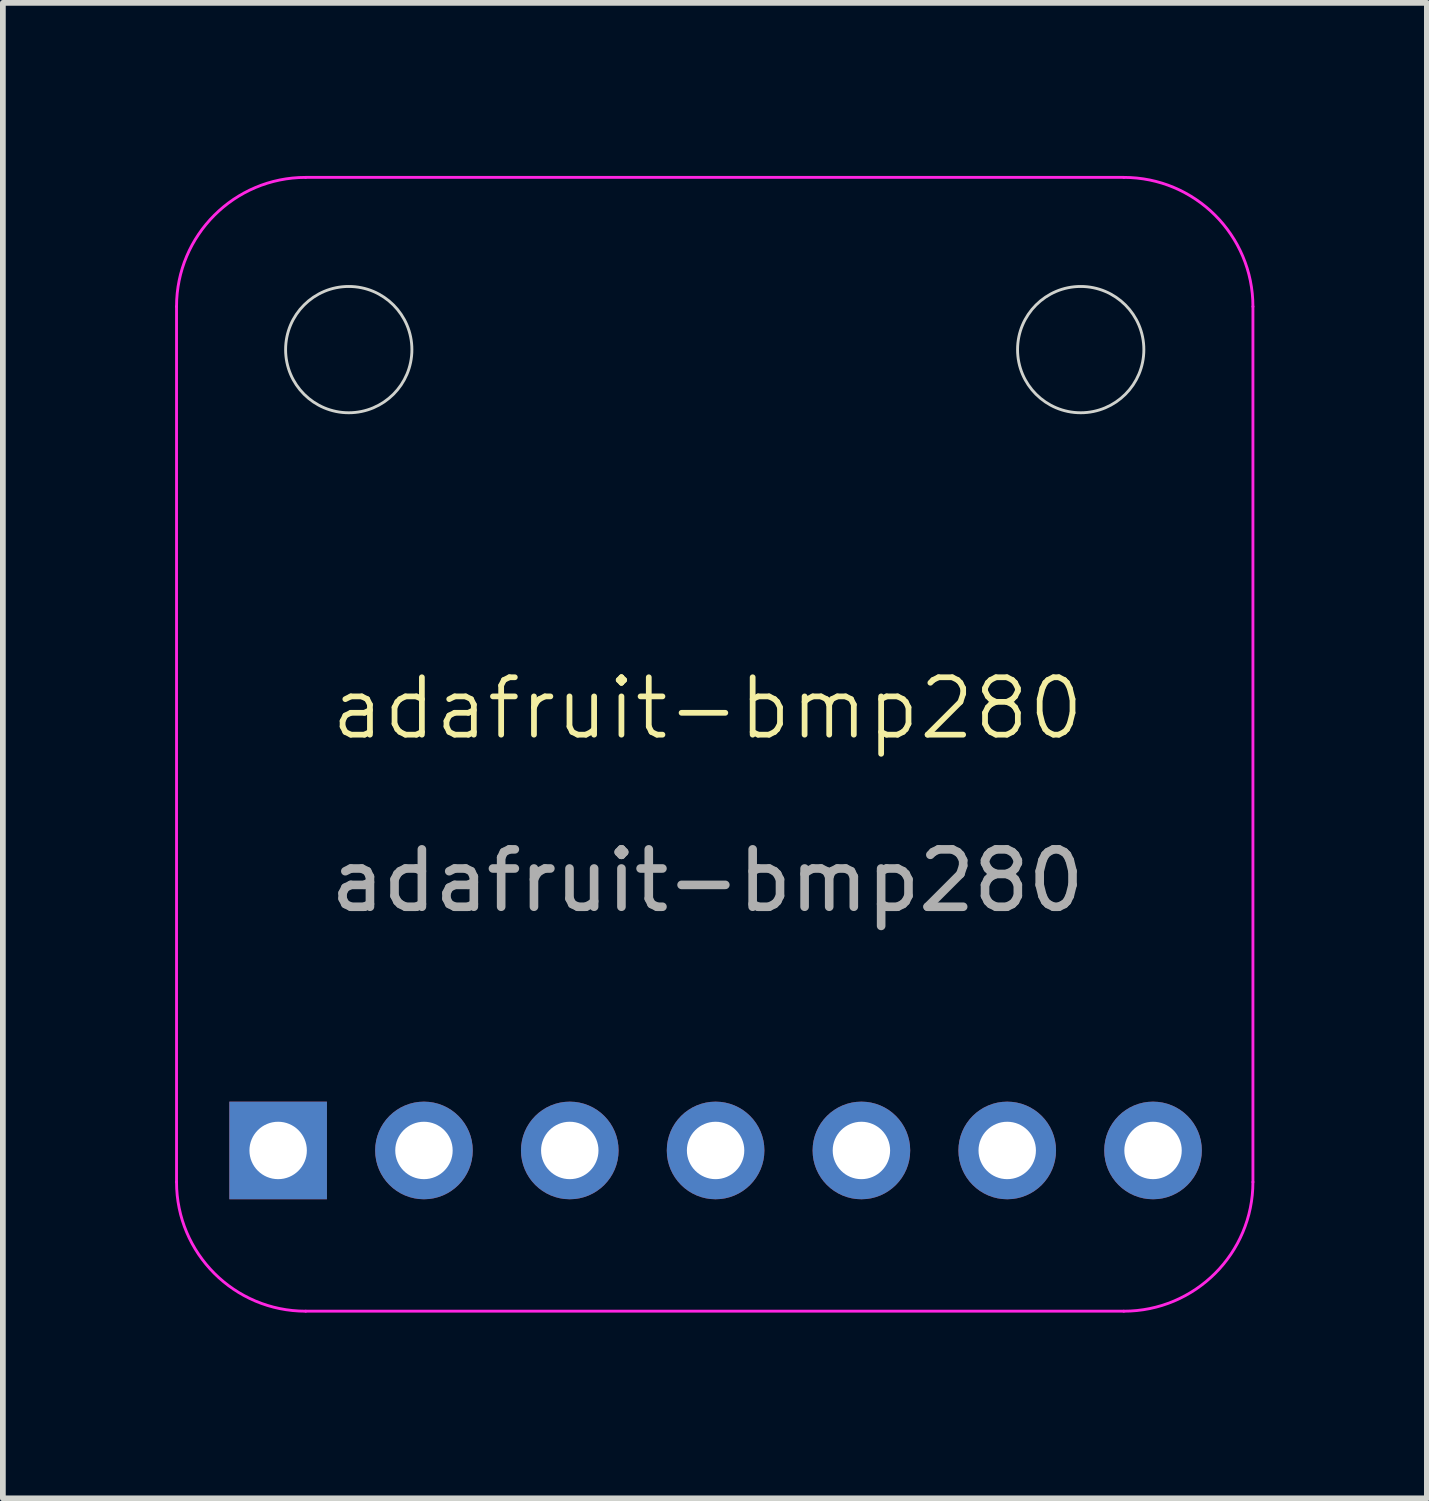
<source format=kicad_pcb>
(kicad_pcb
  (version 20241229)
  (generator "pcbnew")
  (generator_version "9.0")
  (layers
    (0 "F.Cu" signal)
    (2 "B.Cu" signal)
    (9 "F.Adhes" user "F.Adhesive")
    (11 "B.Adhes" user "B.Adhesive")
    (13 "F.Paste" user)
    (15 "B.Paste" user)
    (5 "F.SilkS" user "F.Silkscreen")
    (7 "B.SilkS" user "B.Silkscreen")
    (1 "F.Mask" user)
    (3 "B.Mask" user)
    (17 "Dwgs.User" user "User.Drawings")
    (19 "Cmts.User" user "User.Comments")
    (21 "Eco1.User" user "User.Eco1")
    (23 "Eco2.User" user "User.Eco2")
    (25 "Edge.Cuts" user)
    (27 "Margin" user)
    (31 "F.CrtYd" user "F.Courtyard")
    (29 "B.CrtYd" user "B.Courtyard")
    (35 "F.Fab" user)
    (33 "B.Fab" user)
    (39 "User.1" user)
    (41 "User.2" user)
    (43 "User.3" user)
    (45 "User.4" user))
  (footprint "adafruit-bmp280"
    (layer "F.Cu")
    (at 9.275 9.79)
    (property "Reference" "adafruit-bmp280" (at 0 -0.5 0) (unlocked yes) (layer "F.SilkS") (effects (font (size 1 1) (thickness 0.1))))
    (attr through_hole)
    (fp_circle (center -6.25 -6.75) (end -5.15 -6.75) (stroke (width 0.05) (type default)) (fill no) (layer "Edge.Cuts"))
    (fp_circle (center 6.5 -6.75) (end 7.6 -6.75) (stroke (width 0.05) (type default)) (fill no) (layer "Edge.Cuts"))
    (fp_line (start -9.25 7.75) (end -9.25 -7.5) (stroke (width 0.05) (type default)) (layer "F.CrtYd"))
    (fp_line (start -7 -9.75) (end 7.25 -9.75) (stroke (width 0.05) (type default)) (layer "F.CrtYd"))
    (fp_line (start 7.25 10) (end -7 10) (stroke (width 0.05) (type default)) (layer "F.CrtYd"))
    (fp_line (start 9.5 -7.5) (end 9.5 7.75) (stroke (width 0.05) (type default)) (layer "F.CrtYd"))
    (fp_arc (start -9.25 -7.5) (mid -8.59099 -9.09099) (end -7 -9.75) (stroke (width 0.05) (type default)) (layer "F.CrtYd"))
    (fp_arc (start -7 10) (mid -8.59099 9.34099) (end -9.25 7.75) (stroke (width 0.05) (type default)) (layer "F.CrtYd"))
    (fp_arc (start 7.25 -9.75) (mid 8.84099 -9.09099) (end 9.5 -7.5) (stroke (width 0.05) (type default)) (layer "F.CrtYd"))
    (fp_arc (start 9.5 7.75) (mid 8.84099 9.34099) (end 7.25 10) (stroke (width 0.05) (type default)) (layer "F.CrtYd"))
    (fp_line (start -8.75 -6.75) (end -8.75 7.22) (stroke (width 1) (type default)) (layer "User.2"))
    (fp_line (start -6.21 9.76) (end 6.49 9.76) (stroke (width 1) (type default)) (layer "User.2"))
    (fp_line (start 6.49 -9.29) (end -6.21 -9.29) (stroke (width 1) (type default)) (layer "User.2"))
    (fp_line (start 9.03 7.22) (end 8.26 7.22) (stroke (width 1) (type default)) (layer "User.2"))
    (fp_line (start 9.03 7.22) (end 9.03 -6.75) (stroke (width 1) (type default)) (layer "User.2"))
    (fp_arc (start -8.75 -6.75) (mid -8.006051 -8.546051) (end -6.21 -9.29) (stroke (width 1) (type default)) (layer "User.2"))
    (fp_arc (start -6.21 9.76) (mid -8.006051 9.016051) (end -8.75 7.22) (stroke (width 1) (type default)) (layer "User.2"))
    (fp_arc (start 6.49 -9.29) (mid 8.286051 -8.546051) (end 9.03 -6.75) (stroke (width 1) (type default)) (layer "User.2"))
    (fp_arc (start 9.03 7.22) (mid 8.286051 9.016051) (end 6.49 9.76) (stroke (width 1) (type default)) (layer "User.2"))
    (fp_circle (center -7.48 7.22) (end -6.98 7.22) (stroke (width 1) (type default)) (fill no) (layer "User.2"))
    (fp_circle (center -6.337 -0.527) (end -6.087 -0.527) (stroke (width 1) (type default)) (fill no) (layer "User.2"))
    (fp_circle (center -6.21 -6.75) (end -5.11 -6.75) (stroke (width 1) (type default)) (fill no) (layer "User.2"))
    (fp_circle (center -5.448 -3.829) (end -5.198 -3.829) (stroke (width 1) (type default)) (fill no) (layer "User.2"))
    (fp_circle (center -4.94 7.22) (end -4.44 7.22) (stroke (width 1) (type default)) (fill no) (layer "User.2"))
    (fp_circle (center -2.4 7.22) (end -1.9 7.22) (stroke (width 1) (type default)) (fill no) (layer "User.2"))
    (fp_circle (center -2.348 -3.434) (end -2.098 -3.434) (stroke (width 1) (type default)) (fill no) (layer "User.2"))
    (fp_circle (center 0.14 7.22) (end 0.64 7.22) (stroke (width 1) (type default)) (fill no) (layer "User.2"))
    (fp_circle (center 2.045 -2.051) (end 2.295 -2.051) (stroke (width 1) (type default)) (fill no) (layer "User.2"))
    (fp_circle (center 2.68 7.22) (end 3.18 7.22) (stroke (width 1) (type default)) (fill no) (layer "User.2"))
    (fp_circle (center 5.22 7.22) (end 5.72 7.22) (stroke (width 1) (type default)) (fill no) (layer "User.2"))
    (fp_circle (center 6.49 -6.75) (end 7.59 -6.75) (stroke (width 1) (type default)) (fill no) (layer "User.2"))
    (fp_circle (center 7.76 7.22) (end 8.26 7.22) (stroke (width 1) (type default)) (fill no) (layer "User.2"))
    (fp_text user "${REFERENCE}" (at 0 2.5 0) (unlocked yes) (layer "F.Fab") (effects (font (size 1 1) (thickness 0.15))))
    (pad "1" thru_hole rect (at -7.48 7.2 90) (size 1.7 1.7) (drill 1) (layers "*.Cu" "*.Mask"))
    (pad "2" thru_hole oval (at -4.94 7.2 90) (size 1.7 1.7) (drill 1) (layers "*.Cu" "*.Mask"))
    (pad "3" thru_hole oval (at -2.4 7.2 90) (size 1.7 1.7) (drill 1) (layers "*.Cu" "*.Mask"))
    (pad "4" thru_hole oval (at 0.14 7.2 90) (size 1.7 1.7) (drill 1) (layers "*.Cu" "*.Mask"))
    (pad "5" thru_hole oval (at 2.68 7.2 90) (size 1.7 1.7) (drill 1) (layers "*.Cu" "*.Mask"))
    (pad "6" thru_hole oval (at 5.22 7.2 90) (size 1.7 1.7) (drill 1) (layers "*.Cu" "*.Mask"))
    (pad "7" thru_hole oval (at 7.76 7.2 90) (size 1.7 1.7) (drill 1) (layers "*.Cu" "*.Mask")))
  (gr_rect
    (start -3 -3)
    (end 21.805 23.05)
    (stroke (width 0.1) (type default))
    (fill no)
    (layer "Edge.Cuts")))
</source>
